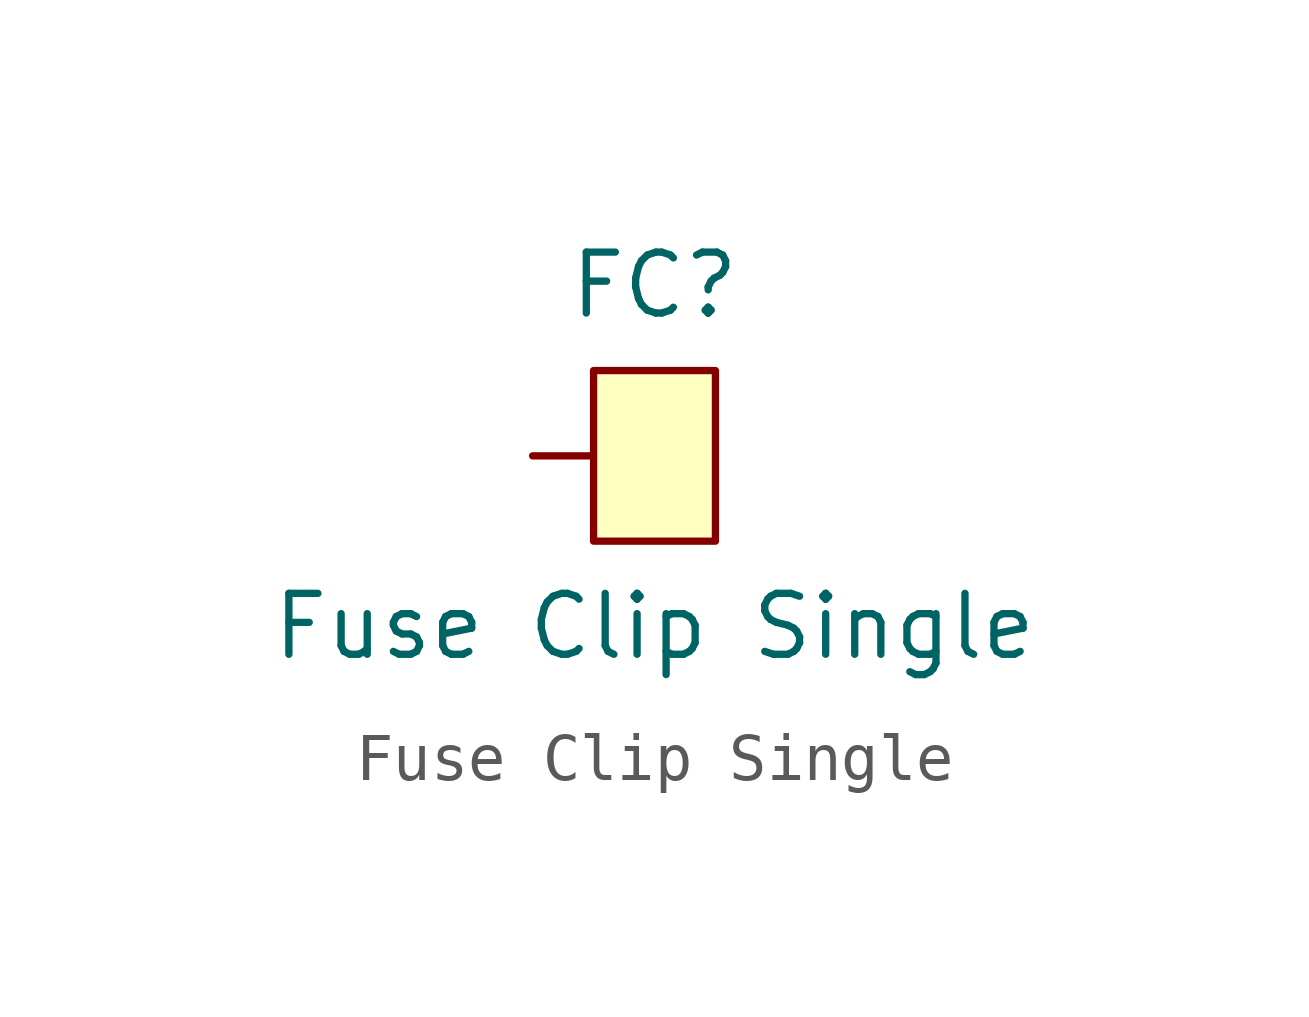
<source format=kicad_sym>
(kicad_symbol_lib
  (version 20231120)
  (generator "kicad_symbol_editor")
  (generator_version "8.0")
  (symbol "Fuse Clip Single"
    (pin_numbers hide)
    (pin_names
      (offset 1.016))
    (property "Reference" "FC"
      (at 0 3.556 0)
      (effects (font (size 1.27 1.27))))
    (property "Value" "Fuse Clip Single"
      (at 0 -3.556 0)
      (effects (font (size 1.27 1.27))))
    (symbol "Fuse Clip Single_1_1"
      (rectangle (start -1.27 1.778) (end 1.27 -1.778) (stroke (width 0) (type default)) (fill (type background)))
      (pin passive line (at -2.54 0 0) (length 1.27) (name "~" (effects (font (size 1.27 1.27)))) (number "1" (effects (font (size 1.27 1.27))))))))
</source>
